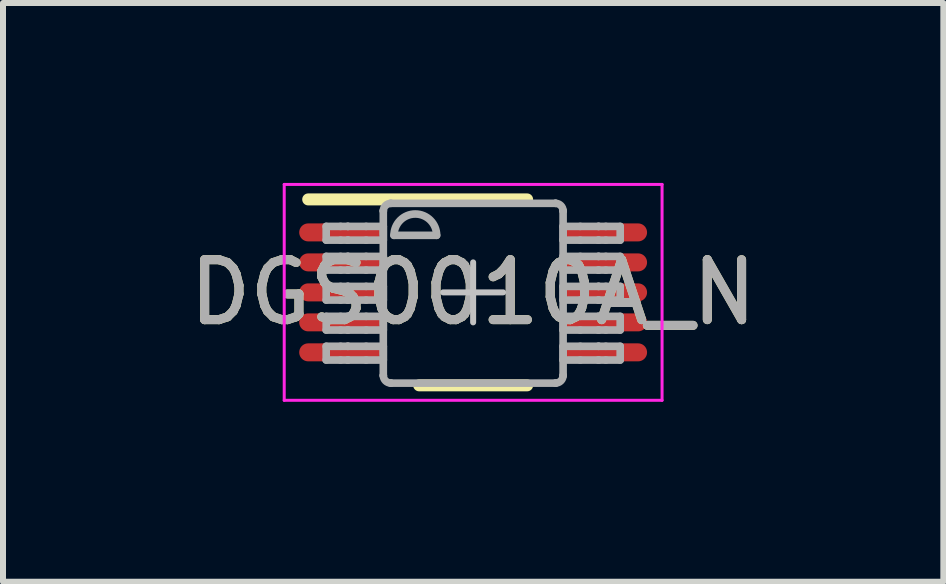
<source format=kicad_pcb>
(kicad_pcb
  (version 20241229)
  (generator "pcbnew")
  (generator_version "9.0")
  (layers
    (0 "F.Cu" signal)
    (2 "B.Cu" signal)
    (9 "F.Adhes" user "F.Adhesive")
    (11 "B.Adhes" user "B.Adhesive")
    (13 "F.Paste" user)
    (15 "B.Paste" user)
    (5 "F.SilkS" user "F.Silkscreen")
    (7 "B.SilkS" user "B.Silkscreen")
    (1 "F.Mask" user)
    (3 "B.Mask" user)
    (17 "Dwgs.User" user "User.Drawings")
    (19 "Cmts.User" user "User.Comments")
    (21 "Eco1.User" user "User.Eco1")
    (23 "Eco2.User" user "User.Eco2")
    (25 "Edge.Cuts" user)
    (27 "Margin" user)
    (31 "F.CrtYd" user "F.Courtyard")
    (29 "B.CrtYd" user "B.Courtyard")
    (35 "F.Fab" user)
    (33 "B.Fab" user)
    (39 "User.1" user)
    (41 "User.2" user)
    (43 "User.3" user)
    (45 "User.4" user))
  (footprint "DGS0010A_N"
    (layer "F.Cu")
    (at 4.839 1.825)
    (property "Reference" "DGS0010A_N" (at 0 0 0) (unlocked yes) (layer "F.SilkS") (effects (font (size 1 1) (thickness 0.15))))
    (attr smd)
    (fp_line (start -2.75 -1.55) (end 0.9 -1.55) (stroke (width 0.2) (type solid)) (layer "F.SilkS"))
    (fp_line (start -0.9 1.55) (end 0.9 1.55) (stroke (width 0.2) (type solid)) (layer "F.SilkS"))
    (fp_line (start -0.5 0) (end 0.5 0) (stroke (width 0.1) (type solid)) (layer "Dwgs.User"))
    (fp_line (start -0.000003 0.5) (end -0.000003 -0.5) (stroke (width 0.1) (type solid)) (layer "Dwgs.User"))
    (fp_line (start -3.15 -1.8) (end 3.15 -1.8) (stroke (width 0.05) (type solid)) (layer "F.CrtYd"))
    (fp_line (start -3.15 1.8) (end -3.15 -1.8) (stroke (width 0.05) (type solid)) (layer "F.CrtYd"))
    (fp_line (start -3.15 1.8) (end 3.15 1.8) (stroke (width 0.05) (type solid)) (layer "F.CrtYd"))
    (fp_line (start 3.15 1.8) (end 3.15 -1.8) (stroke (width 0.05) (type solid)) (layer "F.CrtYd"))
    (fp_line (start -2.45 -1.1) (end -2.21 -1.1) (stroke (width 0.127) (type solid)) (layer "F.Fab"))
    (fp_line (start -2.45 -0.871) (end -2.45 -1.1) (stroke (width 0.127) (type solid)) (layer "F.Fab"))
    (fp_line (start -2.45 -0.871) (end -2.21 -0.871) (stroke (width 0.127) (type solid)) (layer "F.Fab"))
    (fp_line (start -2.45 -0.6) (end -2.21 -0.6) (stroke (width 0.127) (type solid)) (layer "F.Fab"))
    (fp_line (start -2.45 -0.372) (end -2.45 -0.6) (stroke (width 0.127) (type solid)) (layer "F.Fab"))
    (fp_line (start -2.45 -0.372) (end -2.21 -0.372) (stroke (width 0.127) (type solid)) (layer "F.Fab"))
    (fp_line (start -2.45 -0.1) (end -2.21 -0.1) (stroke (width 0.127) (type solid)) (layer "F.Fab"))
    (fp_line (start -2.45 0.128) (end -2.45 -0.1) (stroke (width 0.127) (type solid)) (layer "F.Fab"))
    (fp_line (start -2.45 0.128) (end -2.21 0.128) (stroke (width 0.127) (type solid)) (layer "F.Fab"))
    (fp_line (start -2.45 0.4) (end -2.21 0.4) (stroke (width 0.127) (type solid)) (layer "F.Fab"))
    (fp_line (start -2.45 0.628) (end -2.45 0.4) (stroke (width 0.127) (type solid)) (layer "F.Fab"))
    (fp_line (start -2.45 0.628) (end -2.21 0.628) (stroke (width 0.127) (type solid)) (layer "F.Fab"))
    (fp_line (start -2.45 0.899) (end -2.21 0.899) (stroke (width 0.127) (type solid)) (layer "F.Fab"))
    (fp_line (start -2.45 1.128) (end -2.45 0.899) (stroke (width 0.127) (type solid)) (layer "F.Fab"))
    (fp_line (start -2.45 1.128) (end -2.21 1.128) (stroke (width 0.127) (type solid)) (layer "F.Fab"))
    (fp_line (start -2.21 -1.1) (end -2.09 -1.1) (stroke (width 0.127) (type solid)) (layer "F.Fab"))
    (fp_line (start -2.21 -0.871) (end -2.09 -0.871) (stroke (width 0.127) (type solid)) (layer "F.Fab"))
    (fp_line (start -2.21 -0.6) (end -2.09 -0.6) (stroke (width 0.127) (type solid)) (layer "F.Fab"))
    (fp_line (start -2.21 -0.372) (end -2.09 -0.372) (stroke (width 0.127) (type solid)) (layer "F.Fab"))
    (fp_line (start -2.21 -0.1) (end -2.09 -0.1) (stroke (width 0.127) (type solid)) (layer "F.Fab"))
    (fp_line (start -2.21 0.128) (end -2.09 0.128) (stroke (width 0.127) (type solid)) (layer "F.Fab"))
    (fp_line (start -2.21 0.4) (end -2.09 0.4) (stroke (width 0.127) (type solid)) (layer "F.Fab"))
    (fp_line (start -2.21 0.628) (end -2.09 0.628) (stroke (width 0.127) (type solid)) (layer "F.Fab"))
    (fp_line (start -2.21 0.899) (end -2.09 0.899) (stroke (width 0.127) (type solid)) (layer "F.Fab"))
    (fp_line (start -2.21 1.128) (end -2.09 1.128) (stroke (width 0.127) (type solid)) (layer "F.Fab"))
    (fp_line (start -2.09 -1.1) (end -2.087 -1.1) (stroke (width 0.127) (type solid)) (layer "F.Fab"))
    (fp_line (start -2.09 -0.871) (end -2.087 -0.871) (stroke (width 0.127) (type solid)) (layer "F.Fab"))
    (fp_line (start -2.09 -0.6) (end -2.087 -0.6) (stroke (width 0.127) (type solid)) (layer "F.Fab"))
    (fp_line (start -2.09 -0.372) (end -2.087 -0.372) (stroke (width 0.127) (type solid)) (layer "F.Fab"))
    (fp_line (start -2.09 -0.1) (end -2.087 -0.1) (stroke (width 0.127) (type solid)) (layer "F.Fab"))
    (fp_line (start -2.09 0.128) (end -2.087 0.128) (stroke (width 0.127) (type solid)) (layer "F.Fab"))
    (fp_line (start -2.09 0.4) (end -2.087 0.4) (stroke (width 0.127) (type solid)) (layer "F.Fab"))
    (fp_line (start -2.09 0.628) (end -2.087 0.628) (stroke (width 0.127) (type solid)) (layer "F.Fab"))
    (fp_line (start -2.09 0.899) (end -2.087 0.899) (stroke (width 0.127) (type solid)) (layer "F.Fab"))
    (fp_line (start -2.09 1.128) (end -2.087 1.128) (stroke (width 0.127) (type solid)) (layer "F.Fab"))
    (fp_line (start -2.087 -1.1) (end -1.784 -1.1) (stroke (width 0.127) (type solid)) (layer "F.Fab"))
    (fp_line (start -2.087 -0.871) (end -1.784 -0.871) (stroke (width 0.127) (type solid)) (layer "F.Fab"))
    (fp_line (start -2.087 -0.6) (end -1.784 -0.6) (stroke (width 0.127) (type solid)) (layer "F.Fab"))
    (fp_line (start -2.087 -0.372) (end -1.784 -0.372) (stroke (width 0.127) (type solid)) (layer "F.Fab"))
    (fp_line (start -2.087 -0.1) (end -1.784 -0.1) (stroke (width 0.127) (type solid)) (layer "F.Fab"))
    (fp_line (start -2.087 0.128) (end -1.784 0.128) (stroke (width 0.127) (type solid)) (layer "F.Fab"))
    (fp_line (start -2.087 0.4) (end -1.784 0.4) (stroke (width 0.127) (type solid)) (layer "F.Fab"))
    (fp_line (start -2.087 0.628) (end -1.784 0.628) (stroke (width 0.127) (type solid)) (layer "F.Fab"))
    (fp_line (start -2.087 0.899) (end -1.784 0.899) (stroke (width 0.127) (type solid)) (layer "F.Fab"))
    (fp_line (start -2.087 1.128) (end -1.784 1.128) (stroke (width 0.127) (type solid)) (layer "F.Fab"))
    (fp_line (start -1.784 -1.1) (end -1.498 -1.1) (stroke (width 0.127) (type solid)) (layer "F.Fab"))
    (fp_line (start -1.784 -0.871) (end -1.498 -0.871) (stroke (width 0.127) (type solid)) (layer "F.Fab"))
    (fp_line (start -1.784 -0.6) (end -1.498 -0.6) (stroke (width 0.127) (type solid)) (layer "F.Fab"))
    (fp_line (start -1.784 -0.372) (end -1.498 -0.372) (stroke (width 0.127) (type solid)) (layer "F.Fab"))
    (fp_line (start -1.784 -0.1) (end -1.498 -0.1) (stroke (width 0.127) (type solid)) (layer "F.Fab"))
    (fp_line (start -1.784 0.128) (end -1.498 0.128) (stroke (width 0.127) (type solid)) (layer "F.Fab"))
    (fp_line (start -1.784 0.4) (end -1.498 0.4) (stroke (width 0.127) (type solid)) (layer "F.Fab"))
    (fp_line (start -1.784 0.628) (end -1.498 0.628) (stroke (width 0.127) (type solid)) (layer "F.Fab"))
    (fp_line (start -1.784 0.899) (end -1.498 0.899) (stroke (width 0.127) (type solid)) (layer "F.Fab"))
    (fp_line (start -1.784 1.128) (end -1.498 1.128) (stroke (width 0.127) (type solid)) (layer "F.Fab"))
    (fp_line (start -1.498 -1.358) (end -1.497 -1.36) (stroke (width 0.127) (type solid)) (layer "F.Fab"))
    (fp_line (start -1.498 -0.871) (end -1.498 -1.1) (stroke (width 0.127) (type solid)) (layer "F.Fab"))
    (fp_line (start -1.498 -0.372) (end -1.498 -0.6) (stroke (width 0.127) (type solid)) (layer "F.Fab"))
    (fp_line (start -1.498 0.128) (end -1.498 -0.1) (stroke (width 0.127) (type solid)) (layer "F.Fab"))
    (fp_line (start -1.498 0.628) (end -1.498 0.4) (stroke (width 0.127) (type solid)) (layer "F.Fab"))
    (fp_line (start -1.498 1.128) (end -1.498 0.899) (stroke (width 0.127) (type solid)) (layer "F.Fab"))
    (fp_line (start -1.498 1.386) (end -1.498 -1.358) (stroke (width 0.127) (type solid)) (layer "F.Fab"))
    (fp_line (start -1.498 1.386) (end -1.497 1.388) (stroke (width 0.127) (type solid)) (layer "F.Fab"))
    (fp_line (start -1.373 -1.485) (end -1.371 -1.485) (stroke (width 0.127) (type solid)) (layer "F.Fab"))
    (fp_line (start -1.373 1.513) (end -1.371 1.513) (stroke (width 0.127) (type solid)) (layer "F.Fab"))
    (fp_line (start -1.371 -1.485) (end 1.373 -1.485) (stroke (width 0.127) (type solid)) (layer "F.Fab"))
    (fp_line (start -1.371 1.513) (end 1.373 1.513) (stroke (width 0.127) (type solid)) (layer "F.Fab"))
    (fp_line (start -1.32 -0.951) (end -0.609 -0.951) (stroke (width 0.127) (type solid)) (layer "F.Fab"))
    (fp_line (start 1.373 -1.485) (end 1.375 -1.485) (stroke (width 0.127) (type solid)) (layer "F.Fab"))
    (fp_line (start 1.373 1.513) (end 1.375 1.513) (stroke (width 0.127) (type solid)) (layer "F.Fab"))
    (fp_line (start 1.5 -1.36) (end 1.5 -1.358) (stroke (width 0.127) (type solid)) (layer "F.Fab"))
    (fp_line (start 1.5 1.388) (end 1.5 1.386) (stroke (width 0.127) (type solid)) (layer "F.Fab"))
    (fp_line (start 1.5 -1.1) (end 1.786 -1.1) (stroke (width 0.127) (type solid)) (layer "F.Fab"))
    (fp_line (start 1.5 -0.871) (end 1.5 -1.1) (stroke (width 0.127) (type solid)) (layer "F.Fab"))
    (fp_line (start 1.5 -0.871) (end 1.786 -0.871) (stroke (width 0.127) (type solid)) (layer "F.Fab"))
    (fp_line (start 1.5 -0.6) (end 1.786 -0.6) (stroke (width 0.127) (type solid)) (layer "F.Fab"))
    (fp_line (start 1.5 -0.372) (end 1.5 -0.6) (stroke (width 0.127) (type solid)) (layer "F.Fab"))
    (fp_line (start 1.5 -0.372) (end 1.786 -0.372) (stroke (width 0.127) (type solid)) (layer "F.Fab"))
    (fp_line (start 1.5 -0.1) (end 1.786 -0.1) (stroke (width 0.127) (type solid)) (layer "F.Fab"))
    (fp_line (start 1.5 0.128) (end 1.5 -0.1) (stroke (width 0.127) (type solid)) (layer "F.Fab"))
    (fp_line (start 1.5 0.128) (end 1.786 0.128) (stroke (width 0.127) (type solid)) (layer "F.Fab"))
    (fp_line (start 1.5 0.4) (end 1.786 0.4) (stroke (width 0.127) (type solid)) (layer "F.Fab"))
    (fp_line (start 1.5 0.628) (end 1.5 0.4) (stroke (width 0.127) (type solid)) (layer "F.Fab"))
    (fp_line (start 1.5 0.628) (end 1.786 0.628) (stroke (width 0.127) (type solid)) (layer "F.Fab"))
    (fp_line (start 1.5 0.899) (end 1.786 0.899) (stroke (width 0.127) (type solid)) (layer "F.Fab"))
    (fp_line (start 1.5 1.128) (end 1.5 0.899) (stroke (width 0.127) (type solid)) (layer "F.Fab"))
    (fp_line (start 1.5 1.128) (end 1.786 1.128) (stroke (width 0.127) (type solid)) (layer "F.Fab"))
    (fp_line (start 1.5 1.386) (end 1.5 -1.358) (stroke (width 0.127) (type solid)) (layer "F.Fab"))
    (fp_line (start 1.786 -1.1) (end 2.089 -1.1) (stroke (width 0.127) (type solid)) (layer "F.Fab"))
    (fp_line (start 1.786 -0.871) (end 2.089 -0.871) (stroke (width 0.127) (type solid)) (layer "F.Fab"))
    (fp_line (start 1.786 -0.6) (end 2.089 -0.6) (stroke (width 0.127) (type solid)) (layer "F.Fab"))
    (fp_line (start 1.786 -0.372) (end 2.089 -0.372) (stroke (width 0.127) (type solid)) (layer "F.Fab"))
    (fp_line (start 1.786 -0.1) (end 2.089 -0.1) (stroke (width 0.127) (type solid)) (layer "F.Fab"))
    (fp_line (start 1.786 0.128) (end 2.089 0.128) (stroke (width 0.127) (type solid)) (layer "F.Fab"))
    (fp_line (start 1.786 0.4) (end 2.089 0.4) (stroke (width 0.127) (type solid)) (layer "F.Fab"))
    (fp_line (start 1.786 0.628) (end 2.089 0.628) (stroke (width 0.127) (type solid)) (layer "F.Fab"))
    (fp_line (start 1.786 0.899) (end 2.089 0.899) (stroke (width 0.127) (type solid)) (layer "F.Fab"))
    (fp_line (start 1.786 1.128) (end 2.089 1.128) (stroke (width 0.127) (type solid)) (layer "F.Fab"))
    (fp_line (start 2.089 -1.1) (end 2.093 -1.1) (stroke (width 0.127) (type solid)) (layer "F.Fab"))
    (fp_line (start 2.089 -0.871) (end 2.093 -0.871) (stroke (width 0.127) (type solid)) (layer "F.Fab"))
    (fp_line (start 2.089 -0.6) (end 2.093 -0.6) (stroke (width 0.127) (type solid)) (layer "F.Fab"))
    (fp_line (start 2.089 -0.372) (end 2.093 -0.372) (stroke (width 0.127) (type solid)) (layer "F.Fab"))
    (fp_line (start 2.089 -0.1) (end 2.093 -0.1) (stroke (width 0.127) (type solid)) (layer "F.Fab"))
    (fp_line (start 2.089 0.128) (end 2.093 0.128) (stroke (width 0.127) (type solid)) (layer "F.Fab"))
    (fp_line (start 2.089 0.4) (end 2.093 0.4) (stroke (width 0.127) (type solid)) (layer "F.Fab"))
    (fp_line (start 2.089 0.628) (end 2.093 0.628) (stroke (width 0.127) (type solid)) (layer "F.Fab"))
    (fp_line (start 2.089 0.899) (end 2.093 0.899) (stroke (width 0.127) (type solid)) (layer "F.Fab"))
    (fp_line (start 2.089 1.128) (end 2.093 1.128) (stroke (width 0.127) (type solid)) (layer "F.Fab"))
    (fp_line (start 2.093 -1.1) (end 2.213 -1.1) (stroke (width 0.127) (type solid)) (layer "F.Fab"))
    (fp_line (start 2.093 -0.871) (end 2.213 -0.871) (stroke (width 0.127) (type solid)) (layer "F.Fab"))
    (fp_line (start 2.093 -0.6) (end 2.213 -0.6) (stroke (width 0.127) (type solid)) (layer "F.Fab"))
    (fp_line (start 2.093 -0.372) (end 2.213 -0.372) (stroke (width 0.127) (type solid)) (layer "F.Fab"))
    (fp_line (start 2.093 -0.1) (end 2.213 -0.1) (stroke (width 0.127) (type solid)) (layer "F.Fab"))
    (fp_line (start 2.093 0.128) (end 2.213 0.128) (stroke (width 0.127) (type solid)) (layer "F.Fab"))
    (fp_line (start 2.093 0.4) (end 2.213 0.4) (stroke (width 0.127) (type solid)) (layer "F.Fab"))
    (fp_line (start 2.093 0.628) (end 2.213 0.628) (stroke (width 0.127) (type solid)) (layer "F.Fab"))
    (fp_line (start 2.093 0.899) (end 2.213 0.899) (stroke (width 0.127) (type solid)) (layer "F.Fab"))
    (fp_line (start 2.093 1.128) (end 2.213 1.128) (stroke (width 0.127) (type solid)) (layer "F.Fab"))
    (fp_line (start 2.213 -1.1) (end 2.452 -1.1) (stroke (width 0.127) (type solid)) (layer "F.Fab"))
    (fp_line (start 2.213 -0.871) (end 2.452 -0.871) (stroke (width 0.127) (type solid)) (layer "F.Fab"))
    (fp_line (start 2.213 -0.6) (end 2.452 -0.6) (stroke (width 0.127) (type solid)) (layer "F.Fab"))
    (fp_line (start 2.213 -0.372) (end 2.452 -0.372) (stroke (width 0.127) (type solid)) (layer "F.Fab"))
    (fp_line (start 2.213 -0.1) (end 2.452 -0.1) (stroke (width 0.127) (type solid)) (layer "F.Fab"))
    (fp_line (start 2.213 0.128) (end 2.452 0.128) (stroke (width 0.127) (type solid)) (layer "F.Fab"))
    (fp_line (start 2.213 0.4) (end 2.452 0.4) (stroke (width 0.127) (type solid)) (layer "F.Fab"))
    (fp_line (start 2.213 0.628) (end 2.452 0.628) (stroke (width 0.127) (type solid)) (layer "F.Fab"))
    (fp_line (start 2.213 0.899) (end 2.452 0.899) (stroke (width 0.127) (type solid)) (layer "F.Fab"))
    (fp_line (start 2.213 1.128) (end 2.452 1.128) (stroke (width 0.127) (type solid)) (layer "F.Fab"))
    (fp_line (start 2.452 -0.871) (end 2.452 -1.1) (stroke (width 0.127) (type solid)) (layer "F.Fab"))
    (fp_line (start 2.452 -0.372) (end 2.452 -0.6) (stroke (width 0.127) (type solid)) (layer "F.Fab"))
    (fp_line (start 2.452 0.128) (end 2.452 -0.1) (stroke (width 0.127) (type solid)) (layer "F.Fab"))
    (fp_line (start 2.452 0.628) (end 2.452 0.4) (stroke (width 0.127) (type solid)) (layer "F.Fab"))
    (fp_line (start 2.452 1.128) (end 2.452 0.899) (stroke (width 0.127) (type solid)) (layer "F.Fab"))
    (fp_arc (start -1.49745 -1.360299) (mid -1.460293 -1.447356) (end -1.373243 -1.484531) (stroke (width 0.127) (type solid)) (layer "F.Fab"))
    (fp_arc (start -1.373243 1.512619) (mid -1.460293 1.475444) (end -1.49745 1.388386) (stroke (width 0.127) (type solid)) (layer "F.Fab"))
    (fp_arc (start -1.3197 -0.951156) (mid -0.9641 -1.306756) (end -0.6085 -0.951156) (stroke (width 0.127) (type solid)) (layer "F.Fab"))
    (fp_arc (start 1.375443 -1.484532) (mid 1.462505 -1.447362) (end 1.499675 -1.360299) (stroke (width 0.127) (type solid)) (layer "F.Fab"))
    (fp_arc (start 1.499675 1.388387) (mid 1.462505 1.475449) (end 1.375443 1.512619) (stroke (width 0.127) (type solid)) (layer "F.Fab"))
    (fp_text user "${REFERENCE}" (at 0 0 0) (unlocked yes) (layer "F.Fab") (effects (font (size 1 1) (thickness 0.15))))
    (pad "1" smd oval (at -2.225 -1 90) (size 0.3 1.35) (layers "F.Cu" "F.Mask" "F.Paste"))
    (pad "2" smd oval (at -2.225 -0.5 90) (size 0.3 1.35) (layers "F.Cu" "F.Mask" "F.Paste"))
    (pad "3" smd oval (at -2.225 0 90) (size 0.3 1.35) (layers "F.Cu" "F.Mask" "F.Paste"))
    (pad "4" smd oval (at -2.225 0.5 90) (size 0.3 1.35) (layers "F.Cu" "F.Mask" "F.Paste"))
    (pad "5" smd oval (at -2.225 1 90) (size 0.3 1.35) (layers "F.Cu" "F.Mask" "F.Paste"))
    (pad "6" smd oval (at 2.225 1 90) (size 0.3 1.35) (layers "F.Cu" "F.Mask" "F.Paste"))
    (pad "7" smd oval (at 2.225 0.5 90) (size 0.3 1.35) (layers "F.Cu" "F.Mask" "F.Paste"))
    (pad "8" smd oval (at 2.225 0 90) (size 0.3 1.35) (layers "F.Cu" "F.Mask" "F.Paste"))
    (pad "9" smd oval (at 2.225 -0.5 90) (size 0.3 1.35) (layers "F.Cu" "F.Mask" "F.Paste"))
    (pad "10" smd oval (at 2.225 -1 90) (size 0.3 1.35) (layers "F.Cu" "F.Mask" "F.Paste")))
  (gr_rect
    (start -3 -3)
    (end 12.679 6.65)
    (stroke (width 0.1) (type default))
    (fill no)
    (layer "Edge.Cuts")))
</source>
